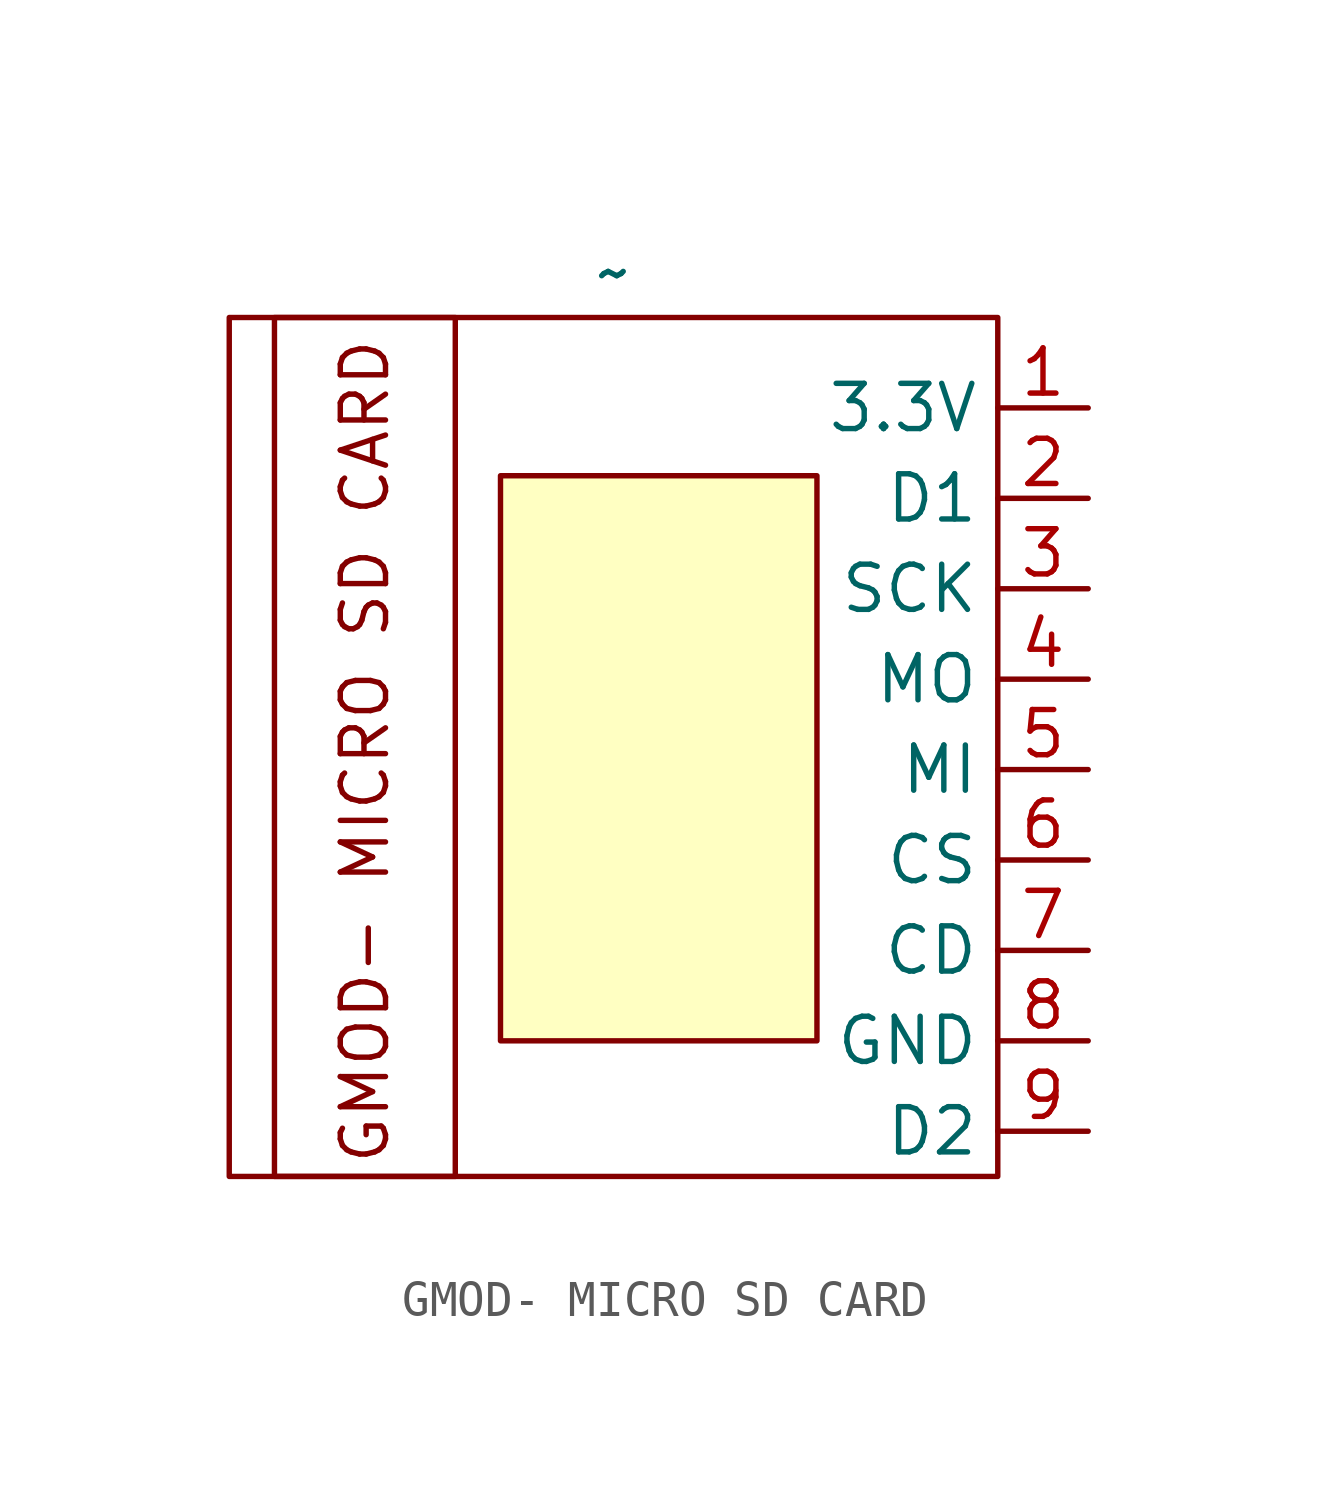
<source format=kicad_sym>
(kicad_symbol_lib
  (version 20241209)
  (generator "kicad_symbol_editor")
  (generator_version "9.0")
  (symbol "GMOD- MICRO SD CARD"
    (property "Reference" "U12"
      (at 1.143 -10.287 90)
      (effects (font (size 1.27 1.27)) (hide yes)))
    (property "Value" "~"
      (at 0.635 13.97 0)
      (effects (font (size 1.27 1.27))))
    (symbol "GMOD- MICRO SD CARD_0_1"
      (rectangle (start -10.16 12.7) (end 11.43 -11.43) (stroke (width 0) (type default)) (fill (type none))))
    (symbol "GMOD- MICRO SD CARD_1_1"
      (rectangle (start -8.89 12.7) (end -3.81 -11.43) (stroke (width 0) (type default)) (fill (type none)))
      (rectangle (start -2.54 8.255) (end 6.35 -7.62) (stroke (width 0) (type solid)) (fill (type background)))
      (text "GMOD- MICRO SD CARD" (at -6.35 0.508 900) (effects (font (size 1.27 1.27))))
      (pin power_in line (at 13.97 10.16 180) (length 2.54) (name "3.3V" (effects (font (size 1.27 1.27)))) (number "1" (effects (font (size 1.27 1.27)))))
      (pin bidirectional line (at 13.97 7.62 180) (length 2.54) (name "D1" (effects (font (size 1.27 1.27)))) (number "2" (effects (font (size 1.27 1.27)))))
      (pin bidirectional line (at 13.97 5.08 180) (length 2.54) (name "SCK" (effects (font (size 1.27 1.27)))) (number "3" (effects (font (size 1.27 1.27)))))
      (pin bidirectional line (at 13.97 2.54 180) (length 2.54) (name "MO" (effects (font (size 1.27 1.27)))) (number "4" (effects (font (size 1.27 1.27)))))
      (pin bidirectional line (at 13.97 0 180) (length 2.54) (name "MI" (effects (font (size 1.27 1.27)))) (number "5" (effects (font (size 1.27 1.27)))))
      (pin bidirectional line (at 13.97 -2.54 180) (length 2.54) (name "CS" (effects (font (size 1.27 1.27)))) (number "6" (effects (font (size 1.27 1.27)))))
      (pin bidirectional line (at 13.97 -5.08 180) (length 2.54) (name "CD" (effects (font (size 1.27 1.27)))) (number "7" (effects (font (size 1.27 1.27)))))
      (pin power_in line (at 13.97 -7.62 180) (length 2.54) (name "GND" (effects (font (size 1.27 1.27)))) (number "8" (effects (font (size 1.27 1.27)))))
      (pin bidirectional line (at 13.97 -10.16 180) (length 2.54) (name "D2" (effects (font (size 1.27 1.27)))) (number "9" (effects (font (size 1.27 1.27))))))))
</source>
